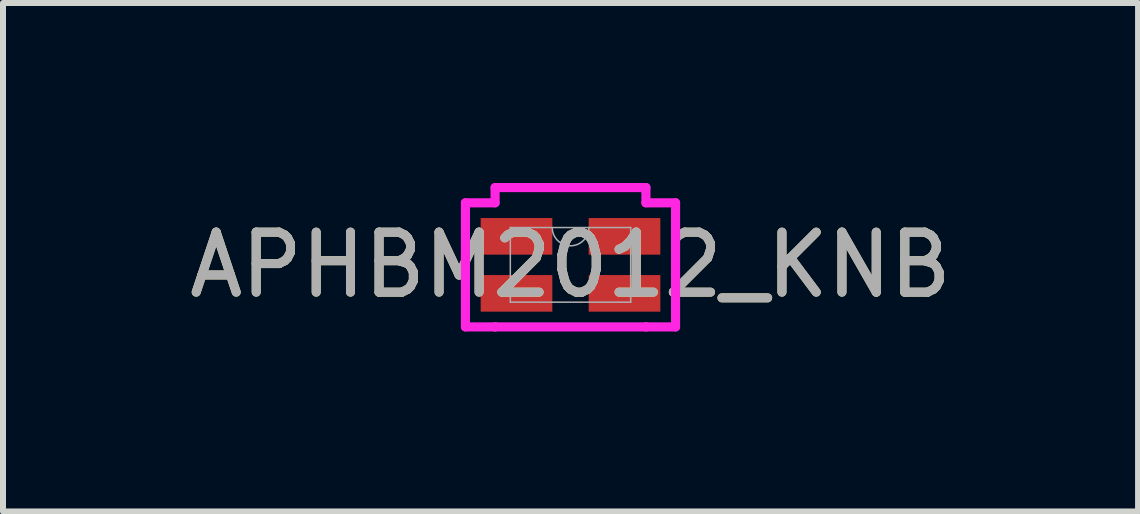
<source format=kicad_pcb>
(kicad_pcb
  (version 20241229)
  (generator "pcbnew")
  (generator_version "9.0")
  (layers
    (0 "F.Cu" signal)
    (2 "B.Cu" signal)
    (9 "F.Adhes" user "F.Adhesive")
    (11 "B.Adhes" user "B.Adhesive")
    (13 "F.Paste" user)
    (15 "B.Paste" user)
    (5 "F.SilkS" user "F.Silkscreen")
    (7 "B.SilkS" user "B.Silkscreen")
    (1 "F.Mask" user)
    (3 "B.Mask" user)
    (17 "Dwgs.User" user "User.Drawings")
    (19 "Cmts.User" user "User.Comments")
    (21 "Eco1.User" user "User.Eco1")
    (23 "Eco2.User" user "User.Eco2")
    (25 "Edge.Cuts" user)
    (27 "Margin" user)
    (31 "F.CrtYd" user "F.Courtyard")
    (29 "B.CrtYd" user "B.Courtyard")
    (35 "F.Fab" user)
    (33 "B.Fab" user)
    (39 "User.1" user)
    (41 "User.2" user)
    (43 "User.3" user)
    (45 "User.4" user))
  (footprint "APHBM2012_KNB"
    (layer "F.Cu")
    (at 6.458 1.364)
    (property "Reference" "APHBM2012_KNB" (at 0 0 0) (unlocked yes) (layer "F.SilkS") (effects (font (size 1 1) (thickness 0.15))))
    (attr smd)
    (fp_line (start -1.751 -1.034) (end -1.257 -1.034) (stroke (width 0.152) (type solid)) (layer "F.CrtYd"))
    (fp_line (start -1.751 1.034) (end -1.751 -1.034) (stroke (width 0.152) (type solid)) (layer "F.CrtYd"))
    (fp_line (start -1.751 1.034) (end -1.257 1.034) (stroke (width 0.152) (type solid)) (layer "F.CrtYd"))
    (fp_line (start -1.257 -1.288) (end 1.257 -1.288) (stroke (width 0.152) (type solid)) (layer "F.CrtYd"))
    (fp_line (start -1.257 -1.034) (end -1.257 -1.288) (stroke (width 0.152) (type solid)) (layer "F.CrtYd"))
    (fp_line (start -1.257 1.034) (end -1.257 1.034) (stroke (width 0.152) (type solid)) (layer "F.CrtYd"))
    (fp_line (start 1.257 -1.288) (end 1.257 -1.034) (stroke (width 0.152) (type solid)) (layer "F.CrtYd"))
    (fp_line (start 1.257 1.034) (end -1.257 1.034) (stroke (width 0.152) (type solid)) (layer "F.CrtYd"))
    (fp_line (start 1.257 1.034) (end 1.257 1.034) (stroke (width 0.152) (type solid)) (layer "F.CrtYd"))
    (fp_line (start 1.751 -1.034) (end 1.257 -1.034) (stroke (width 0.152) (type solid)) (layer "F.CrtYd"))
    (fp_line (start 1.751 -1.034) (end 1.751 1.034) (stroke (width 0.152) (type solid)) (layer "F.CrtYd"))
    (fp_line (start 1.751 1.034) (end 1.257 1.034) (stroke (width 0.152) (type solid)) (layer "F.CrtYd"))
    (fp_line (start -1.003 -0.622) (end -1.003 0.622) (stroke (width 0.025) (type solid)) (layer "F.Fab"))
    (fp_line (start -1.003 0.622) (end 1.003 0.622) (stroke (width 0.025) (type solid)) (layer "F.Fab"))
    (fp_line (start 1.003 -0.622) (end -1.003 -0.622) (stroke (width 0.025) (type solid)) (layer "F.Fab"))
    (fp_line (start 1.003 0.622) (end 1.003 -0.622) (stroke (width 0.025) (type solid)) (layer "F.Fab"))
    (fp_arc (start 0.3048 -0.6223) (mid 0 -0.3175) (end -0.3048 -0.6223) (stroke (width 0.0254) (type solid)) (layer "F.Fab"))
    (fp_text user "${REFERENCE}" (at 0 0 0) (unlocked yes) (layer "F.Fab") (effects (font (size 1 1) (thickness 0.15))))
    (pad "1" smd rect (at 0.9 -0.475) (size 1.194 0.61) (layers "F.Cu" "F.Mask" "F.Paste"))
    (pad "2" smd rect (at -0.9 -0.475) (size 1.194 0.61) (layers "F.Cu" "F.Mask" "F.Paste"))
    (pad "3" smd rect (at -0.9 0.475) (size 1.194 0.61) (layers "F.Cu" "F.Mask" "F.Paste"))
    (pad "4" smd rect (at 0.9 0.475) (size 1.194 0.61) (layers "F.Cu" "F.Mask" "F.Paste")))
  (gr_rect
    (start -3 -3)
    (end 15.917 5.474)
    (stroke (width 0.1) (type default))
    (fill no)
    (layer "Edge.Cuts")))
</source>
